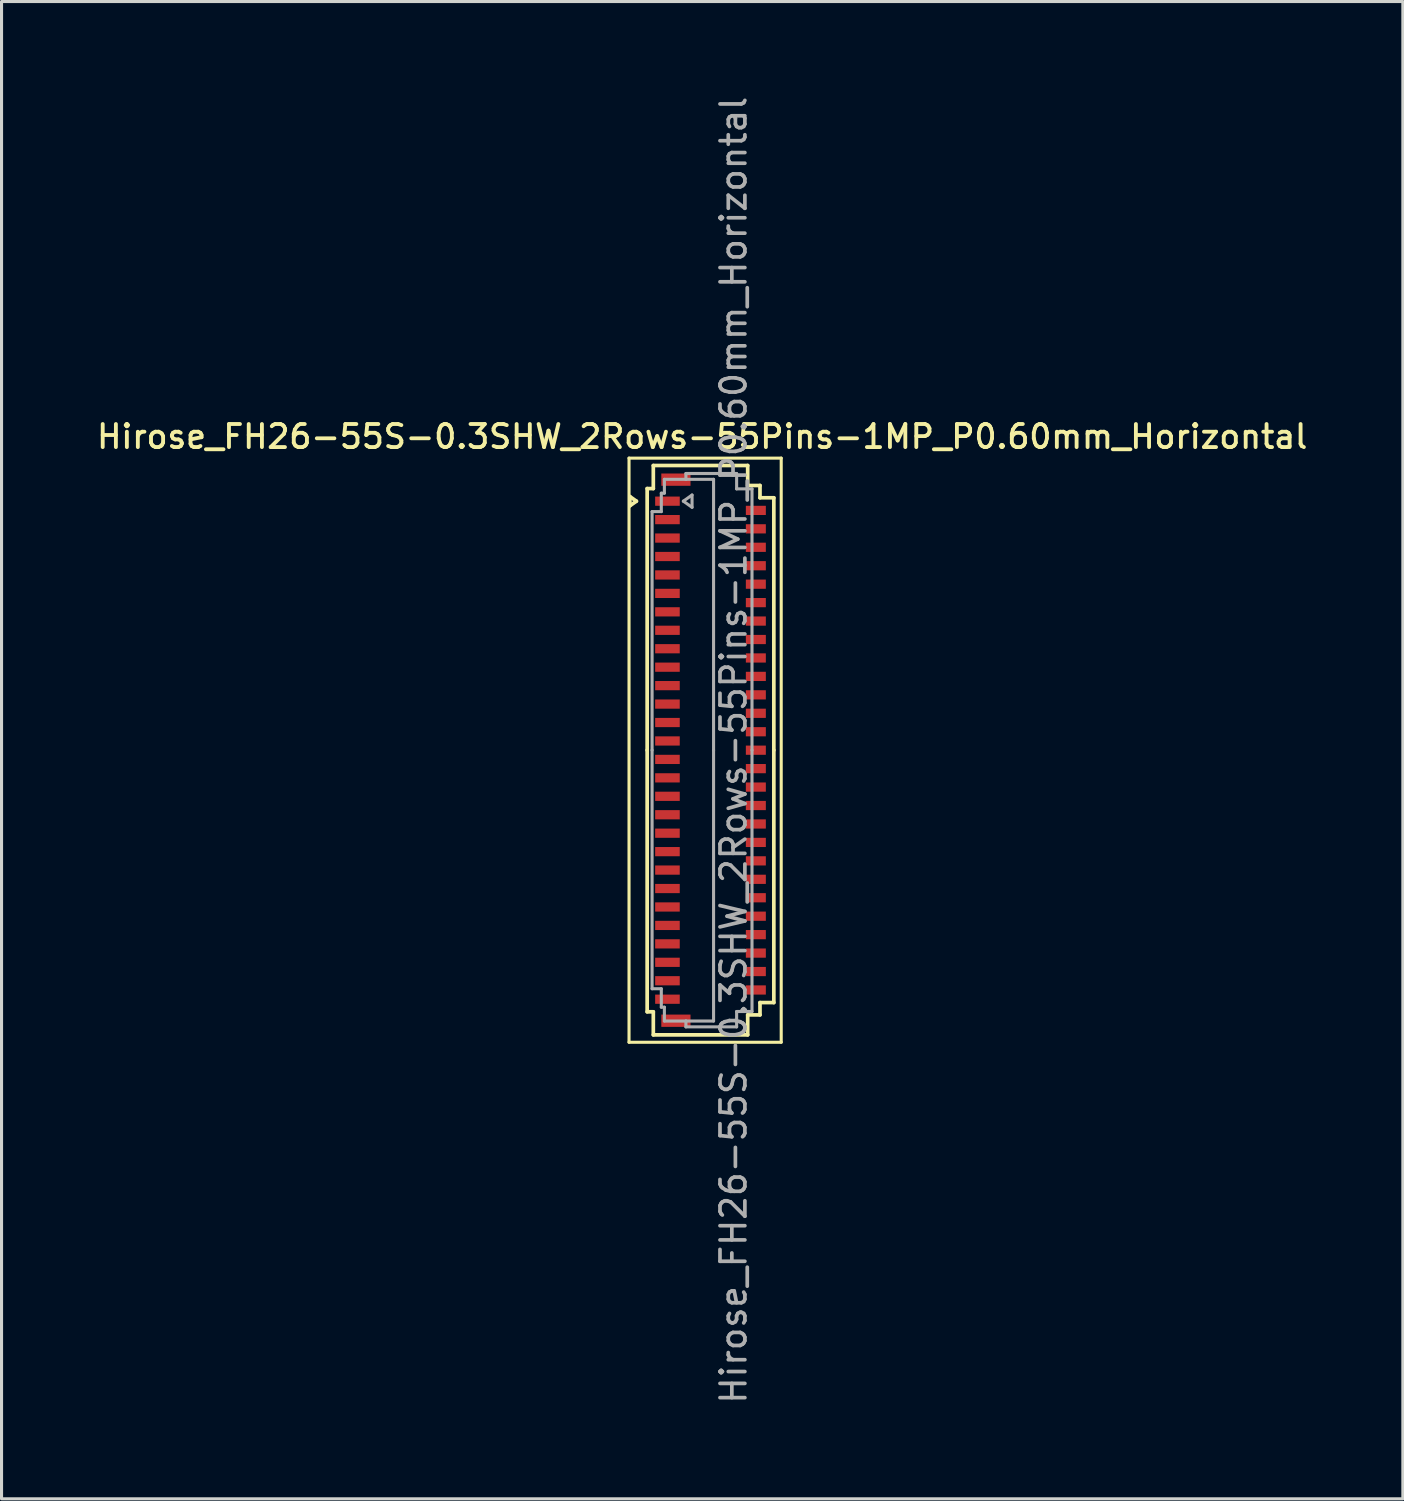
<source format=kicad_pcb>
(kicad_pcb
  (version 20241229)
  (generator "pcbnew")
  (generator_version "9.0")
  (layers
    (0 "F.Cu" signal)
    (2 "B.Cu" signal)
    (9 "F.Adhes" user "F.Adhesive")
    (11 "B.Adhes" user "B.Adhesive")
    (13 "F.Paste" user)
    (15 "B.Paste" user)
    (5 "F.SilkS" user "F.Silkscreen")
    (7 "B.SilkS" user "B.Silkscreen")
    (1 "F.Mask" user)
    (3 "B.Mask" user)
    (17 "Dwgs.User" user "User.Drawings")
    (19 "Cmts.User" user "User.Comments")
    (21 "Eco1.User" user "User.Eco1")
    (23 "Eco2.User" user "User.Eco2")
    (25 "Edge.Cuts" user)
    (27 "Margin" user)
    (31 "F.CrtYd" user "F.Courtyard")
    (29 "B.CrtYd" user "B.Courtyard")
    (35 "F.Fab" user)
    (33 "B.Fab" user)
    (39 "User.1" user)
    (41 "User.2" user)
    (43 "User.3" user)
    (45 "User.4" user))
  (footprint "Hirose_FH26-55S-0.3SHW_2Rows-55Pins-1MP_P0.60mm_Horizontal"
    (layer "F.Cu")
    (at 20.061 21.352)
    (property "Reference" "Hirose_FH26-55S-0.3SHW_2Rows-55Pins-1MP_P0.60mm_Horizontal" (at -0.27 -10.2 0) (layer "F.SilkS") (effects (font (size 0.75 0.75) (thickness 0.125))))
    (attr smd)
    (fp_line (start -2.65 -9.5) (end -2.65 9.5) (stroke (width 0.1) (type solid)) (layer "F.SilkS"))
    (fp_line (start -2.65 9.5) (end 2.3 9.5) (stroke (width 0.1) (type solid)) (layer "F.SilkS"))
    (fp_line (start -2.622 -8.25) (end -2.41 -8.1) (stroke (width 0.12) (type solid)) (layer "F.SilkS"))
    (fp_line (start -2.622 -7.95) (end -2.622 -8.25) (stroke (width 0.12) (type solid)) (layer "F.SilkS"))
    (fp_line (start -2.41 -8.1) (end -2.622 -7.95) (stroke (width 0.12) (type solid)) (layer "F.SilkS"))
    (fp_line (start -2.06 -8.51) (end -2.06 0) (stroke (width 0.12) (type solid)) (layer "F.SilkS"))
    (fp_line (start -2.06 8.51) (end -2.06 0) (stroke (width 0.12) (type solid)) (layer "F.SilkS"))
    (fp_line (start -1.86 -9.26) (end -1.86 -8.51) (stroke (width 0.12) (type solid)) (layer "F.SilkS"))
    (fp_line (start -1.86 -8.51) (end -2.06 -8.51) (stroke (width 0.12) (type solid)) (layer "F.SilkS"))
    (fp_line (start -1.86 8.51) (end -2.06 8.51) (stroke (width 0.12) (type solid)) (layer "F.SilkS"))
    (fp_line (start -1.86 9.26) (end -1.86 8.51) (stroke (width 0.12) (type solid)) (layer "F.SilkS"))
    (fp_line (start 1.21 -9.26) (end -1.86 -9.26) (stroke (width 0.12) (type solid)) (layer "F.SilkS"))
    (fp_line (start 1.21 -8.61) (end 1.21 -9.26) (stroke (width 0.12) (type solid)) (layer "F.SilkS"))
    (fp_line (start 1.21 8.61) (end 1.21 9.26) (stroke (width 0.12) (type solid)) (layer "F.SilkS"))
    (fp_line (start 1.21 9.26) (end -1.86 9.26) (stroke (width 0.12) (type solid)) (layer "F.SilkS"))
    (fp_line (start 1.61 -8.61) (end 1.21 -8.61) (stroke (width 0.12) (type solid)) (layer "F.SilkS"))
    (fp_line (start 1.61 -8.21) (end 1.61 -8.61) (stroke (width 0.12) (type solid)) (layer "F.SilkS"))
    (fp_line (start 1.61 8.21) (end 1.61 8.61) (stroke (width 0.12) (type solid)) (layer "F.SilkS"))
    (fp_line (start 1.61 8.61) (end 1.21 8.61) (stroke (width 0.12) (type solid)) (layer "F.SilkS"))
    (fp_line (start 2.06 -8.21) (end 1.61 -8.21) (stroke (width 0.12) (type solid)) (layer "F.SilkS"))
    (fp_line (start 2.06 0) (end 2.06 -8.21) (stroke (width 0.12) (type solid)) (layer "F.SilkS"))
    (fp_line (start 2.06 0) (end 2.06 8.21) (stroke (width 0.12) (type solid)) (layer "F.SilkS"))
    (fp_line (start 2.06 8.21) (end 1.61 8.21) (stroke (width 0.12) (type solid)) (layer "F.SilkS"))
    (fp_line (start 2.3 -9.5) (end -2.65 -9.5) (stroke (width 0.1) (type solid)) (layer "F.SilkS"))
    (fp_line (start 2.3 9.5) (end 2.3 -9.5) (stroke (width 0.1) (type solid)) (layer "F.SilkS"))
    (fp_line (start -1.9 -7.76) (end -1.6 -7.76) (stroke (width 0.1) (type solid)) (layer "F.Fab"))
    (fp_line (start -1.9 0) (end -1.9 -7.76) (stroke (width 0.1) (type solid)) (layer "F.Fab"))
    (fp_line (start -1.9 0) (end -1.9 7.76) (stroke (width 0.1) (type solid)) (layer "F.Fab"))
    (fp_line (start -1.9 7.76) (end -1.6 7.76) (stroke (width 0.1) (type solid)) (layer "F.Fab"))
    (fp_line (start -1.6 -8.36) (end -1.5 -8.36) (stroke (width 0.1) (type solid)) (layer "F.Fab"))
    (fp_line (start -1.6 -7.76) (end -1.6 -8.36) (stroke (width 0.1) (type solid)) (layer "F.Fab"))
    (fp_line (start -1.6 7.76) (end -1.6 8.36) (stroke (width 0.1) (type solid)) (layer "F.Fab"))
    (fp_line (start -1.6 8.36) (end -1.5 8.36) (stroke (width 0.1) (type solid)) (layer "F.Fab"))
    (fp_line (start -1.5 -8.81) (end -0.8 -8.81) (stroke (width 0.1) (type solid)) (layer "F.Fab"))
    (fp_line (start -1.5 -8.36) (end -1.5 -8.81) (stroke (width 0.1) (type solid)) (layer "F.Fab"))
    (fp_line (start -1.5 8.36) (end -1.5 8.81) (stroke (width 0.1) (type solid)) (layer "F.Fab"))
    (fp_line (start -1.5 8.81) (end -0.8 8.81) (stroke (width 0.1) (type solid)) (layer "F.Fab"))
    (fp_line (start -0.883 -8.1) (end -0.6 -7.9) (stroke (width 0.1) (type solid)) (layer "F.Fab"))
    (fp_line (start -0.8 -9) (end 0.85 -9) (stroke (width 0.1) (type solid)) (layer "F.Fab"))
    (fp_line (start -0.8 -8.81) (end -0.8 -9) (stroke (width 0.1) (type solid)) (layer "F.Fab"))
    (fp_line (start -0.8 8.81) (end -0.8 9) (stroke (width 0.1) (type solid)) (layer "F.Fab"))
    (fp_line (start -0.8 9) (end 0.85 9) (stroke (width 0.1) (type solid)) (layer "F.Fab"))
    (fp_line (start -0.6 -8.3) (end -0.883 -8.1) (stroke (width 0.1) (type solid)) (layer "F.Fab"))
    (fp_line (start -0.6 -7.9) (end -0.6 -8.3) (stroke (width 0.1) (type solid)) (layer "F.Fab"))
    (fp_line (start 0.1 -8.81) (end -0.8 -8.81) (stroke (width 0.1) (type solid)) (layer "F.Fab"))
    (fp_line (start 0.1 0) (end 0.1 -8.81) (stroke (width 0.1) (type solid)) (layer "F.Fab"))
    (fp_line (start 0.1 0) (end 0.1 8.81) (stroke (width 0.1) (type solid)) (layer "F.Fab"))
    (fp_line (start 0.1 8.81) (end -0.8 8.81) (stroke (width 0.1) (type solid)) (layer "F.Fab"))
    (fp_line (start 0.85 -9) (end 0.85 -8.5) (stroke (width 0.1) (type solid)) (layer "F.Fab"))
    (fp_line (start 0.85 -8.5) (end 1.35 -8.5) (stroke (width 0.1) (type solid)) (layer "F.Fab"))
    (fp_line (start 0.85 8.5) (end 1.35 8.5) (stroke (width 0.1) (type solid)) (layer "F.Fab"))
    (fp_line (start 0.85 9) (end 0.85 8.5) (stroke (width 0.1) (type solid)) (layer "F.Fab"))
    (fp_line (start 1.35 -8.5) (end 1.35 0) (stroke (width 0.1) (type solid)) (layer "F.Fab"))
    (fp_line (start 1.35 8.5) (end 1.35 0) (stroke (width 0.1) (type solid)) (layer "F.Fab"))
    (fp_text user "${REFERENCE}" (at 0.75 0 90) (layer "F.Fab") (effects (font (size 0.81 0.81) (thickness 0.12))))
    (pad "1" smd rect (at -1.4 -8.1) (size 0.8 0.3) (layers "F.Cu" "F.Mask" "F.Paste"))
    (pad "2" smd rect (at 1.475 -7.8) (size 0.65 0.3) (layers "F.Cu" "F.Mask" "F.Paste"))
    (pad "3" smd rect (at -1.4 -7.5) (size 0.8 0.3) (layers "F.Cu" "F.Mask" "F.Paste"))
    (pad "4" smd rect (at 1.475 -7.2) (size 0.65 0.3) (layers "F.Cu" "F.Mask" "F.Paste"))
    (pad "5" smd rect (at -1.4 -6.9) (size 0.8 0.3) (layers "F.Cu" "F.Mask" "F.Paste"))
    (pad "6" smd rect (at 1.475 -6.6) (size 0.65 0.3) (layers "F.Cu" "F.Mask" "F.Paste"))
    (pad "7" smd rect (at -1.4 -6.3) (size 0.8 0.3) (layers "F.Cu" "F.Mask" "F.Paste"))
    (pad "8" smd rect (at 1.475 -6) (size 0.65 0.3) (layers "F.Cu" "F.Mask" "F.Paste"))
    (pad "9" smd rect (at -1.4 -5.7) (size 0.8 0.3) (layers "F.Cu" "F.Mask" "F.Paste"))
    (pad "10" smd rect (at 1.475 -5.4) (size 0.65 0.3) (layers "F.Cu" "F.Mask" "F.Paste"))
    (pad "11" smd rect (at -1.4 -5.1) (size 0.8 0.3) (layers "F.Cu" "F.Mask" "F.Paste"))
    (pad "12" smd rect (at 1.475 -4.8) (size 0.65 0.3) (layers "F.Cu" "F.Mask" "F.Paste"))
    (pad "13" smd rect (at -1.4 -4.5) (size 0.8 0.3) (layers "F.Cu" "F.Mask" "F.Paste"))
    (pad "14" smd rect (at 1.475 -4.2) (size 0.65 0.3) (layers "F.Cu" "F.Mask" "F.Paste"))
    (pad "15" smd rect (at -1.4 -3.9) (size 0.8 0.3) (layers "F.Cu" "F.Mask" "F.Paste"))
    (pad "16" smd rect (at 1.475 -3.6) (size 0.65 0.3) (layers "F.Cu" "F.Mask" "F.Paste"))
    (pad "17" smd rect (at -1.4 -3.3) (size 0.8 0.3) (layers "F.Cu" "F.Mask" "F.Paste"))
    (pad "18" smd rect (at 1.475 -3) (size 0.65 0.3) (layers "F.Cu" "F.Mask" "F.Paste"))
    (pad "19" smd rect (at -1.4 -2.7) (size 0.8 0.3) (layers "F.Cu" "F.Mask" "F.Paste"))
    (pad "20" smd rect (at 1.475 -2.4) (size 0.65 0.3) (layers "F.Cu" "F.Mask" "F.Paste"))
    (pad "21" smd rect (at -1.4 -2.1) (size 0.8 0.3) (layers "F.Cu" "F.Mask" "F.Paste"))
    (pad "22" smd rect (at 1.475 -1.8) (size 0.65 0.3) (layers "F.Cu" "F.Mask" "F.Paste"))
    (pad "23" smd rect (at -1.4 -1.5) (size 0.8 0.3) (layers "F.Cu" "F.Mask" "F.Paste"))
    (pad "24" smd rect (at 1.475 -1.2) (size 0.65 0.3) (layers "F.Cu" "F.Mask" "F.Paste"))
    (pad "25" smd rect (at -1.4 -0.9) (size 0.8 0.3) (layers "F.Cu" "F.Mask" "F.Paste"))
    (pad "26" smd rect (at 1.475 -0.6) (size 0.65 0.3) (layers "F.Cu" "F.Mask" "F.Paste"))
    (pad "27" smd rect (at -1.4 -0.3) (size 0.8 0.3) (layers "F.Cu" "F.Mask" "F.Paste"))
    (pad "28" smd rect (at 1.475 0) (size 0.65 0.3) (layers "F.Cu" "F.Mask" "F.Paste"))
    (pad "29" smd rect (at -1.4 0.3) (size 0.8 0.3) (layers "F.Cu" "F.Mask" "F.Paste"))
    (pad "30" smd rect (at 1.475 0.6) (size 0.65 0.3) (layers "F.Cu" "F.Mask" "F.Paste"))
    (pad "31" smd rect (at -1.4 0.9) (size 0.8 0.3) (layers "F.Cu" "F.Mask" "F.Paste"))
    (pad "32" smd rect (at 1.475 1.2) (size 0.65 0.3) (layers "F.Cu" "F.Mask" "F.Paste"))
    (pad "33" smd rect (at -1.4 1.5) (size 0.8 0.3) (layers "F.Cu" "F.Mask" "F.Paste"))
    (pad "34" smd rect (at 1.475 1.8) (size 0.65 0.3) (layers "F.Cu" "F.Mask" "F.Paste"))
    (pad "35" smd rect (at -1.4 2.1) (size 0.8 0.3) (layers "F.Cu" "F.Mask" "F.Paste"))
    (pad "36" smd rect (at 1.475 2.4) (size 0.65 0.3) (layers "F.Cu" "F.Mask" "F.Paste"))
    (pad "37" smd rect (at -1.4 2.7) (size 0.8 0.3) (layers "F.Cu" "F.Mask" "F.Paste"))
    (pad "38" smd rect (at 1.475 3) (size 0.65 0.3) (layers "F.Cu" "F.Mask" "F.Paste"))
    (pad "39" smd rect (at -1.4 3.3) (size 0.8 0.3) (layers "F.Cu" "F.Mask" "F.Paste"))
    (pad "40" smd rect (at 1.475 3.6) (size 0.65 0.3) (layers "F.Cu" "F.Mask" "F.Paste"))
    (pad "41" smd rect (at -1.4 3.9) (size 0.8 0.3) (layers "F.Cu" "F.Mask" "F.Paste"))
    (pad "42" smd rect (at 1.475 4.2) (size 0.65 0.3) (layers "F.Cu" "F.Mask" "F.Paste"))
    (pad "43" smd rect (at -1.4 4.5) (size 0.8 0.3) (layers "F.Cu" "F.Mask" "F.Paste"))
    (pad "44" smd rect (at 1.475 4.8) (size 0.65 0.3) (layers "F.Cu" "F.Mask" "F.Paste"))
    (pad "45" smd rect (at -1.4 5.1) (size 0.8 0.3) (layers "F.Cu" "F.Mask" "F.Paste"))
    (pad "46" smd rect (at 1.475 5.4) (size 0.65 0.3) (layers "F.Cu" "F.Mask" "F.Paste"))
    (pad "47" smd rect (at -1.4 5.7) (size 0.8 0.3) (layers "F.Cu" "F.Mask" "F.Paste"))
    (pad "48" smd rect (at 1.475 6) (size 0.65 0.3) (layers "F.Cu" "F.Mask" "F.Paste"))
    (pad "49" smd rect (at -1.4 6.3) (size 0.8 0.3) (layers "F.Cu" "F.Mask" "F.Paste"))
    (pad "50" smd rect (at 1.475 6.6) (size 0.65 0.3) (layers "F.Cu" "F.Mask" "F.Paste"))
    (pad "51" smd rect (at -1.4 6.9) (size 0.8 0.3) (layers "F.Cu" "F.Mask" "F.Paste"))
    (pad "52" smd rect (at 1.475 7.2) (size 0.65 0.3) (layers "F.Cu" "F.Mask" "F.Paste"))
    (pad "53" smd rect (at -1.4 7.5) (size 0.8 0.3) (layers "F.Cu" "F.Mask" "F.Paste"))
    (pad "54" smd rect (at 1.475 7.8) (size 0.65 0.3) (layers "F.Cu" "F.Mask" "F.Paste"))
    (pad "55" smd rect (at -1.4 8.1) (size 0.8 0.3) (layers "F.Cu" "F.Mask" "F.Paste"))
    (pad "MP" smd rect (at -1.125 -8.8) (size 0.95 0.4) (layers "F.Cu" "F.Mask" "F.Paste"))
    (pad "MP" smd rect (at -1.125 8.8) (size 0.95 0.4) (layers "F.Cu" "F.Mask" "F.Paste")))
  (gr_rect
    (start -3 -3)
    (end 42.582 45.704)
    (stroke (width 0.1) (type default))
    (fill no)
    (layer "Edge.Cuts")))
</source>
